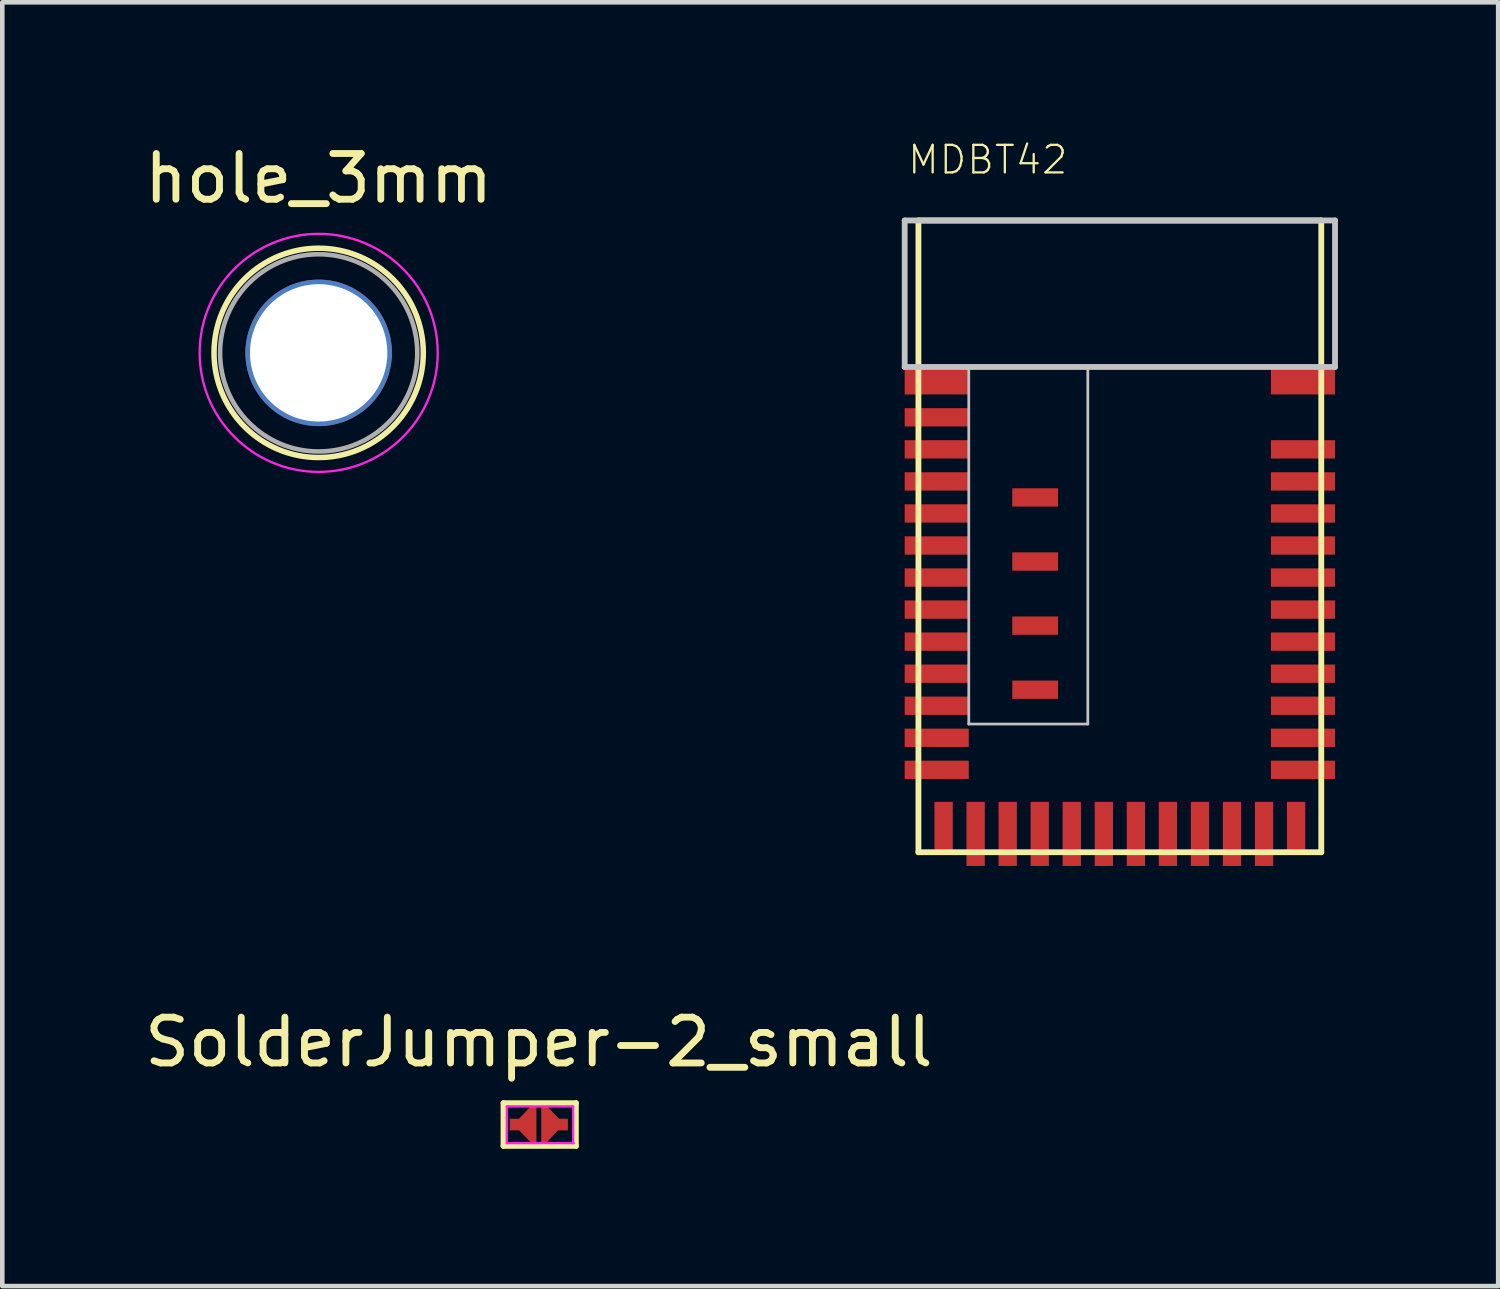
<source format=kicad_pcb>
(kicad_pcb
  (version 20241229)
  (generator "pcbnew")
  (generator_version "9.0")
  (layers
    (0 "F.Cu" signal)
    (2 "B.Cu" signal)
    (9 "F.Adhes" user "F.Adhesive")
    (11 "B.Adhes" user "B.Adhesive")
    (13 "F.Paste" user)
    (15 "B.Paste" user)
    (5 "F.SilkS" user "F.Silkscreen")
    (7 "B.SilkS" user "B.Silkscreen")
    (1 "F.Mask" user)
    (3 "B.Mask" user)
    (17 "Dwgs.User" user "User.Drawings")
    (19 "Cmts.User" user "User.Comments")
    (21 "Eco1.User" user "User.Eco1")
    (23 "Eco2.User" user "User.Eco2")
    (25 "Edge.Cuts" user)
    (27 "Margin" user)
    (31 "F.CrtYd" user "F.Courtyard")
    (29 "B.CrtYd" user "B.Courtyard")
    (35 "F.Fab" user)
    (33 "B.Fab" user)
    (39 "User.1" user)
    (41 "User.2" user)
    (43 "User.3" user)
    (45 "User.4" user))
  (footprint "hole_3mm"
    (layer "F.Cu")
    (at 3.911 4.658)
    (property "Reference" "hole_3mm" (at 0 -3.81 0) (layer "F.SilkS") (effects (font (size 1 1) (thickness 0.15))))
    (attr through_hole)
    (fp_circle (center 0 0) (end 0 -2.286) (stroke (width 0.12) (type solid)) (fill no) (layer "F.SilkS"))
    (fp_circle (center 0 0) (end 2.6 0) (stroke (width 0.05) (type solid)) (fill no) (layer "F.CrtYd"))
    (fp_circle (center 0 0) (end 2 0.8) (stroke (width 0.1) (type solid)) (fill no) (layer "F.Fab"))
    (pad "1" thru_hole circle (at 0 0) (size 3.2 3.2) (drill 3) (layers "*.Cu" "*.Mask")))
  (footprint "MDBT42"
    (layer "F.Cu")
    (at 21.412 8.666)
    (property "Reference" "MDBT42" (at -2.885 -8.226 0) (layer "F.SilkS") (effects (font (size 0.602 0.602) (thickness 0.05))))
    (attr smd)
    (fp_line (start -4.4 -6.9) (end 4.4 -6.9) (stroke (width 0.127) (type solid)) (layer "F.SilkS"))
    (fp_line (start -4.4 6.9) (end -4.4 -6.9) (stroke (width 0.127) (type solid)) (layer "F.SilkS"))
    (fp_line (start -4.4 6.9) (end 4.4 6.9) (stroke (width 0.127) (type solid)) (layer "F.SilkS"))
    (fp_line (start 4.4 6.9) (end 4.4 -6.9) (stroke (width 0.127) (type solid)) (layer "F.SilkS"))
    (fp_line (start -4.7 -6.9) (end 4.7 -6.9) (stroke (width 0.127) (type solid)) (layer "Dwgs.User"))
    (fp_line (start -4.7 -3.7) (end -4.7 -6.9) (stroke (width 0.127) (type solid)) (layer "Dwgs.User"))
    (fp_line (start -4.7 -3.7) (end 4.7 -3.7) (stroke (width 0.127) (type solid)) (layer "Dwgs.User"))
    (fp_line (start -3.3 -3.7) (end -0.7 -3.7) (stroke (width 0.06) (type solid)) (layer "Dwgs.User"))
    (fp_line (start -3.3 4.1) (end -3.3 -3.7) (stroke (width 0.06) (type solid)) (layer "Dwgs.User"))
    (fp_line (start -0.7 -3.7) (end -0.7 4.1) (stroke (width 0.06) (type solid)) (layer "Dwgs.User"))
    (fp_line (start -0.7 4.1) (end -3.3 4.1) (stroke (width 0.06) (type solid)) (layer "Dwgs.User"))
    (fp_line (start 4.7 -6.9) (end 4.7 -3.7) (stroke (width 0.127) (type solid)) (layer "Dwgs.User"))
    (fp_text user "No~{ground}pad" (at -3.587 -5.231 0) (layer "Edge.Cuts") (effects (font (size 1 1) (thickness 0.05))))
    (fp_text user "Toplayer~{no}ground~{pad}" (at -2.663 3.234 0) (layer "Edge.Cuts") (effects (font (size 1 1) (thickness 0.05))))
    (pad "1" smd rect (at -4 -3.4) (size 1.4 0.6) (layers "F.Cu" "F.Mask" "F.Paste"))
    (pad "2" smd rect (at -4 -2.6) (size 1.4 0.4) (layers "F.Cu" "F.Mask" "F.Paste"))
    (pad "3" smd rect (at -4 -1.9) (size 1.4 0.4) (layers "F.Cu" "F.Mask" "F.Paste"))
    (pad "4" smd rect (at -4 -1.2) (size 1.4 0.4) (layers "F.Cu" "F.Mask" "F.Paste"))
    (pad "5" smd rect (at -4 -0.5) (size 1.4 0.4) (layers "F.Cu" "F.Mask" "F.Paste"))
    (pad "6" smd rect (at -4 0.2) (size 1.4 0.4) (layers "F.Cu" "F.Mask" "F.Paste"))
    (pad "7" smd rect (at -4 0.9) (size 1.4 0.4) (layers "F.Cu" "F.Mask" "F.Paste"))
    (pad "8" smd rect (at -4 1.6) (size 1.4 0.4) (layers "F.Cu" "F.Mask" "F.Paste"))
    (pad "9" smd rect (at -4 2.3) (size 1.4 0.4) (layers "F.Cu" "F.Mask" "F.Paste"))
    (pad "10" smd rect (at -4 3) (size 1.4 0.4) (layers "F.Cu" "F.Mask" "F.Paste"))
    (pad "11" smd rect (at -4 3.7) (size 1.4 0.4) (layers "F.Cu" "F.Mask" "F.Paste"))
    (pad "12" smd rect (at -4 4.4) (size 1.4 0.4) (layers "F.Cu" "F.Mask" "F.Paste"))
    (pad "13" smd rect (at -4 5.1) (size 1.4 0.4) (layers "F.Cu" "F.Mask" "F.Paste"))
    (pad "14" smd rect (at -3.85 6.35 90) (size 1.1 0.4) (layers "F.Cu" "F.Mask" "F.Paste"))
    (pad "15" smd rect (at -3.15 6.5 90) (size 1.4 0.4) (layers "F.Cu" "F.Mask" "F.Paste"))
    (pad "16" smd rect (at -2.45 6.5 90) (size 1.4 0.4) (layers "F.Cu" "F.Mask" "F.Paste"))
    (pad "17" smd rect (at -1.75 6.5 90) (size 1.4 0.4) (layers "F.Cu" "F.Mask" "F.Paste"))
    (pad "18" smd rect (at -1.05 6.5 90) (size 1.4 0.4) (layers "F.Cu" "F.Mask" "F.Paste"))
    (pad "19" smd rect (at -0.35 6.5 90) (size 1.4 0.4) (layers "F.Cu" "F.Mask" "F.Paste"))
    (pad "20" smd rect (at 0.35 6.5 90) (size 1.4 0.4) (layers "F.Cu" "F.Mask" "F.Paste"))
    (pad "21" smd rect (at 1.05 6.5 90) (size 1.4 0.4) (layers "F.Cu" "F.Mask" "F.Paste"))
    (pad "22" smd rect (at 1.75 6.5 90) (size 1.4 0.4) (layers "F.Cu" "F.Mask" "F.Paste"))
    (pad "23" smd rect (at 2.45 6.5 90) (size 1.4 0.4) (layers "F.Cu" "F.Mask" "F.Paste"))
    (pad "24" smd rect (at 3.15 6.5 90) (size 1.4 0.4) (layers "F.Cu" "F.Mask" "F.Paste"))
    (pad "25" smd rect (at 3.85 6.35 90) (size 1.1 0.4) (layers "F.Cu" "F.Mask" "F.Paste"))
    (pad "26" smd rect (at 4 5.1) (size 1.4 0.4) (layers "F.Cu" "F.Mask" "F.Paste"))
    (pad "27" smd rect (at 4 4.4) (size 1.4 0.4) (layers "F.Cu" "F.Mask" "F.Paste"))
    (pad "28" smd rect (at 4 3.7) (size 1.4 0.4) (layers "F.Cu" "F.Mask" "F.Paste"))
    (pad "29" smd rect (at 4 3) (size 1.4 0.4) (layers "F.Cu" "F.Mask" "F.Paste"))
    (pad "30" smd rect (at 4 2.3) (size 1.4 0.4) (layers "F.Cu" "F.Mask" "F.Paste"))
    (pad "31" smd rect (at 4 1.6) (size 1.4 0.4) (layers "F.Cu" "F.Mask" "F.Paste"))
    (pad "32" smd rect (at 4 0.9) (size 1.4 0.4) (layers "F.Cu" "F.Mask" "F.Paste"))
    (pad "33" smd rect (at 4 0.2) (size 1.4 0.4) (layers "F.Cu" "F.Mask" "F.Paste"))
    (pad "34" smd rect (at 4 -0.5) (size 1.4 0.4) (layers "F.Cu" "F.Mask" "F.Paste"))
    (pad "35" smd rect (at 4 -1.2) (size 1.4 0.4) (layers "F.Cu" "F.Mask" "F.Paste"))
    (pad "36" smd rect (at 4 -1.9) (size 1.4 0.4) (layers "F.Cu" "F.Mask" "F.Paste"))
    (pad "37" smd rect (at 4 -3.4) (size 1.4 0.6) (layers "F.Cu" "F.Mask" "F.Paste"))
    (pad "38" smd rect (at -1.85 -0.85) (size 1 0.4) (layers "F.Cu" "F.Mask" "F.Paste"))
    (pad "39" smd rect (at -1.85 0.55) (size 1 0.4) (layers "F.Cu" "F.Mask" "F.Paste"))
    (pad "40" smd rect (at -1.85 1.95) (size 1 0.4) (layers "F.Cu" "F.Mask" "F.Paste"))
    (pad "41" smd rect (at -1.85 3.35) (size 1 0.4) (layers "F.Cu" "F.Mask" "F.Paste")))
  (footprint "SolderJumper-2_small"
    (layer "F.Cu")
    (at 8.72 21.514)
    (property "Reference" "SolderJumper-2_small" (at 0 -1.8 0) (layer "F.SilkS") (effects (font (size 1 1) (thickness 0.15))))
    (attr exclude_from_pos_files exclude_from_bom)
    (fp_line (start -0.775 -0.47) (end 0.813 -0.47) (stroke (width 0.12) (type solid)) (layer "F.SilkS"))
    (fp_line (start -0.775 0.47) (end -0.775 -0.47) (stroke (width 0.12) (type solid)) (layer "F.SilkS"))
    (fp_line (start 0.813 -0.47) (end 0.813 0.47) (stroke (width 0.12) (type solid)) (layer "F.SilkS"))
    (fp_line (start 0.813 0.47) (end -0.775 0.47) (stroke (width 0.12) (type solid)) (layer "F.SilkS"))
    (fp_line (start -0.699 -0.394) (end -0.699 0.406) (stroke (width 0.05) (type solid)) (layer "F.CrtYd"))
    (fp_line (start -0.699 -0.394) (end 0.749 -0.394) (stroke (width 0.05) (type solid)) (layer "F.CrtYd"))
    (fp_line (start 0.749 0.406) (end 0.749 -0.394) (stroke (width 0.05) (type solid)) (layer "F.CrtYd"))
    (fp_line (start 0.762 0.406) (end -0.699 0.406) (stroke (width 0.05) (type solid)) (layer "F.CrtYd"))
    (pad "1" smd custom (at -0.508 0) (size 0.254 0.254) (layers "F.Cu" "F.Mask") (options (anchor rect)) (primitives (gr_poly (pts (xy 0.406 0.394) (xy 0.025 0) (xy 0.406 -0.406)) (width 0.1) (fill yes))))
    (pad "2" smd custom (at 0.508 0) (size 0.254 0.254) (layers "F.Cu" "F.Mask") (options (anchor rect)) (primitives (gr_poly (pts (xy -0.406 -0.406) (xy -0.025 -0.013) (xy -0.406 0.394)) (width 0.1) (fill yes)))))
  (gr_rect
    (start -3 -3)
    (end 29.676 25.044)
    (stroke (width 0.1) (type default))
    (fill no)
    (layer "Edge.Cuts")))
</source>
